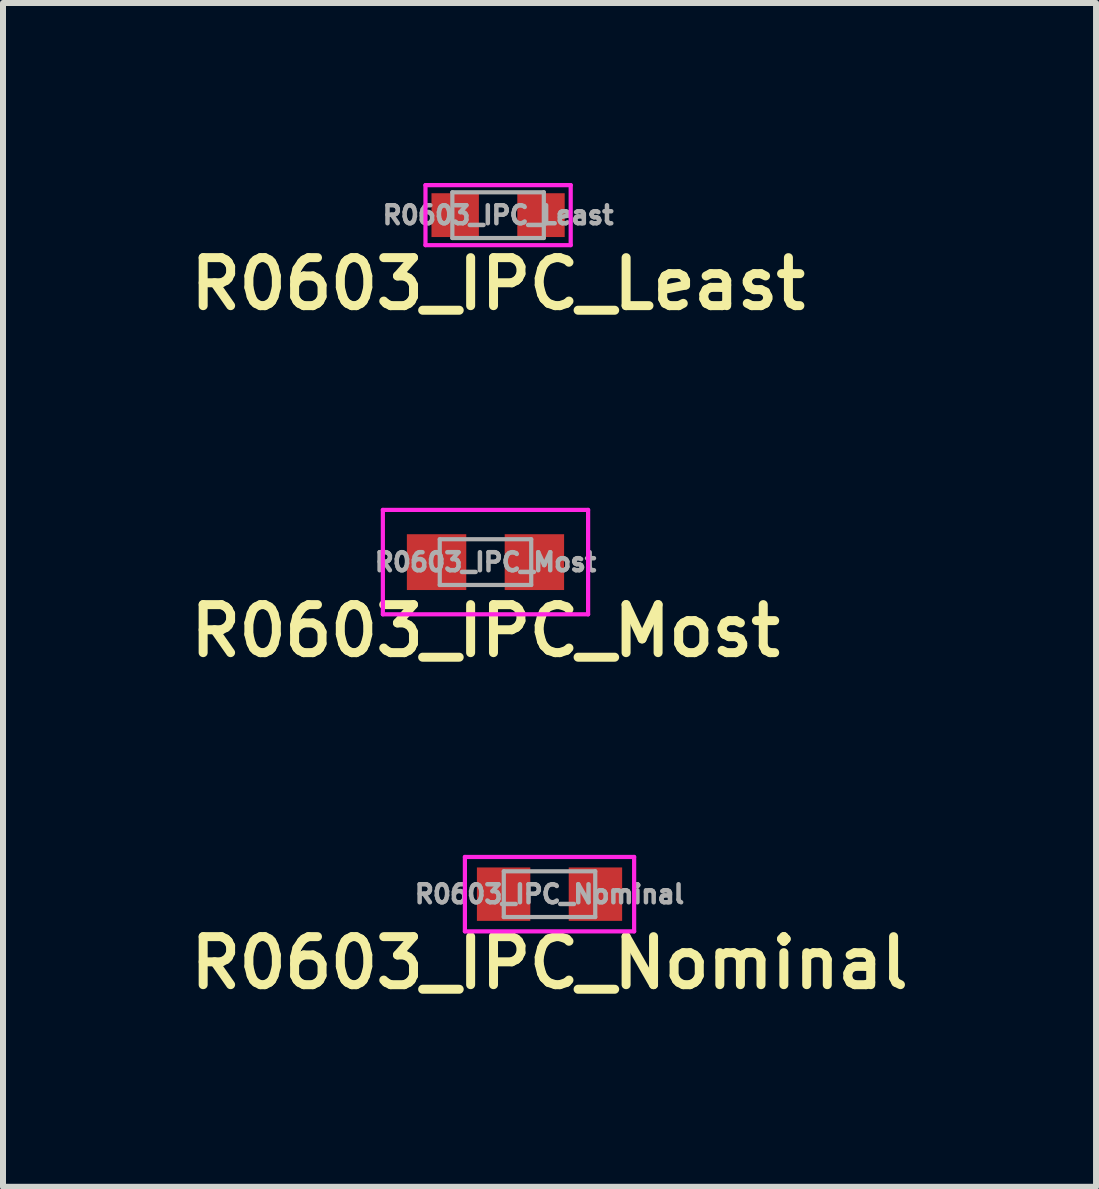
<source format=kicad_pcb>
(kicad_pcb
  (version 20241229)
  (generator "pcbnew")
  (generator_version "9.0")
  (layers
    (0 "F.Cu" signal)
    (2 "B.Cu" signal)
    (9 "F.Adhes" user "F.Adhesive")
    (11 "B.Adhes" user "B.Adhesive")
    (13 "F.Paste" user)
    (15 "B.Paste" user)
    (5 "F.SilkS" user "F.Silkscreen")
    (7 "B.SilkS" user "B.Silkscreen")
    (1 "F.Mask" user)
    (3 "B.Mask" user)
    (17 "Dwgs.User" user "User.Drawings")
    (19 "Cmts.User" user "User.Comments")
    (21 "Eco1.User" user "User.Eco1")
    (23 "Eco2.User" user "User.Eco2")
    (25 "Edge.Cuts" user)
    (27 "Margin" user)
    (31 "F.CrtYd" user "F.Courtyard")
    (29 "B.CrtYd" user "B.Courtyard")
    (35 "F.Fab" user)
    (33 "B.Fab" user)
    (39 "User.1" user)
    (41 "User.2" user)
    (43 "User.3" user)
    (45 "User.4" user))
  (footprint "R0603_IPC_Least"
    (layer "F.Cu")
    (at 5.25 0.535)
    (property "Reference" "R0603_IPC_Least" (at 0 1.146 0) (layer "F.SilkS") (effects (font (size 0.8 0.8) (thickness 0.15))))
    (attr through_hole)
    (fp_line (start -1.21 -0.5) (end 1.21 -0.5) (stroke (width 0.07) (type solid)) (layer "F.CrtYd"))
    (fp_line (start -1.21 0.5) (end -1.21 -0.5) (stroke (width 0.07) (type solid)) (layer "F.CrtYd"))
    (fp_line (start -1.21 0.5) (end 1.21 0.5) (stroke (width 0.07) (type solid)) (layer "F.CrtYd"))
    (fp_line (start 1.21 -0.5) (end 1.21 0.5) (stroke (width 0.07) (type solid)) (layer "F.CrtYd"))
    (fp_line (start -0.762 -0.381) (end 0.762 -0.381) (stroke (width 0.07) (type solid)) (layer "F.Fab"))
    (fp_line (start -0.762 0.381) (end -0.762 -0.381) (stroke (width 0.07) (type solid)) (layer "F.Fab"))
    (fp_line (start 0.762 -0.381) (end 0.762 0.381) (stroke (width 0.07) (type solid)) (layer "F.Fab"))
    (fp_line (start 0.762 0.381) (end -0.762 0.381) (stroke (width 0.07) (type solid)) (layer "F.Fab"))
    (fp_text user "${REFERENCE}" (at 0 0 0) (layer "F.Fab") (effects (font (size 0.3 0.3) (thickness 0.075))))
    (pad "1" smd rect (at -0.715 0) (size 0.79 0.73) (layers "F.Cu" "F.Mask" "F.Paste"))
    (pad "2" smd rect (at 0.715 0) (size 0.79 0.73) (layers "F.Cu" "F.Mask" "F.Paste")))
  (footprint "R0603_IPC_Most"
    (layer "F.Cu")
    (at 5.04 6.317)
    (property "Reference" "R0603_IPC_Most" (at 0 1.146 0) (layer "F.SilkS") (effects (font (size 0.8 0.8) (thickness 0.15))))
    (attr through_hole)
    (fp_line (start -1.71 -0.87) (end 1.71 -0.87) (stroke (width 0.07) (type solid)) (layer "F.CrtYd"))
    (fp_line (start -1.71 0.87) (end -1.71 -0.87) (stroke (width 0.07) (type solid)) (layer "F.CrtYd"))
    (fp_line (start -1.71 0.87) (end 1.71 0.87) (stroke (width 0.07) (type solid)) (layer "F.CrtYd"))
    (fp_line (start 1.71 -0.87) (end 1.71 0.87) (stroke (width 0.07) (type solid)) (layer "F.CrtYd"))
    (fp_line (start -0.762 -0.381) (end 0.762 -0.381) (stroke (width 0.07) (type solid)) (layer "F.Fab"))
    (fp_line (start -0.762 0.381) (end -0.762 -0.381) (stroke (width 0.07) (type solid)) (layer "F.Fab"))
    (fp_line (start 0.762 -0.381) (end 0.762 0.381) (stroke (width 0.07) (type solid)) (layer "F.Fab"))
    (fp_line (start 0.762 0.381) (end -0.762 0.381) (stroke (width 0.07) (type solid)) (layer "F.Fab"))
    (fp_text user "${REFERENCE}" (at 0 0 0) (layer "F.Fab") (effects (font (size 0.3 0.3) (thickness 0.075))))
    (pad "1" smd rect (at -0.815 0) (size 0.99 0.93) (layers "F.Cu" "F.Mask" "F.Paste"))
    (pad "2" smd rect (at 0.815 0) (size 0.99 0.93) (layers "F.Cu" "F.Mask" "F.Paste")))
  (footprint "R0603_IPC_Nominal"
    (layer "F.Cu")
    (at 6.107 11.85)
    (property "Reference" "R0603_IPC_Nominal" (at 0 1.146 0) (layer "F.SilkS") (effects (font (size 0.8 0.8) (thickness 0.15))))
    (attr through_hole)
    (fp_line (start -1.41 -0.62) (end 1.41 -0.62) (stroke (width 0.07) (type solid)) (layer "F.CrtYd"))
    (fp_line (start -1.41 0.62) (end -1.41 -0.62) (stroke (width 0.07) (type solid)) (layer "F.CrtYd"))
    (fp_line (start -1.41 0.62) (end 1.41 0.62) (stroke (width 0.07) (type solid)) (layer "F.CrtYd"))
    (fp_line (start 1.41 -0.62) (end 1.41 0.62) (stroke (width 0.07) (type solid)) (layer "F.CrtYd"))
    (fp_line (start -0.762 -0.381) (end 0.762 -0.381) (stroke (width 0.07) (type solid)) (layer "F.Fab"))
    (fp_line (start -0.762 0.381) (end -0.762 -0.381) (stroke (width 0.07) (type solid)) (layer "F.Fab"))
    (fp_line (start 0.762 -0.381) (end 0.762 0.381) (stroke (width 0.07) (type solid)) (layer "F.Fab"))
    (fp_line (start 0.762 0.381) (end -0.762 0.381) (stroke (width 0.07) (type solid)) (layer "F.Fab"))
    (fp_text user "${REFERENCE}" (at 0 0 0) (layer "F.Fab") (effects (font (size 0.3 0.3) (thickness 0.075))))
    (pad "1" smd rect (at -0.765 0) (size 0.89 0.89) (layers "F.Cu" "F.Mask" "F.Paste"))
    (pad "2" smd rect (at 0.765 0) (size 0.89 0.89) (layers "F.Cu" "F.Mask" "F.Paste")))
  (gr_rect
    (start -3 -3)
    (end 15.214 16.727)
    (stroke (width 0.1) (type default))
    (fill no)
    (layer "Edge.Cuts")))
</source>
